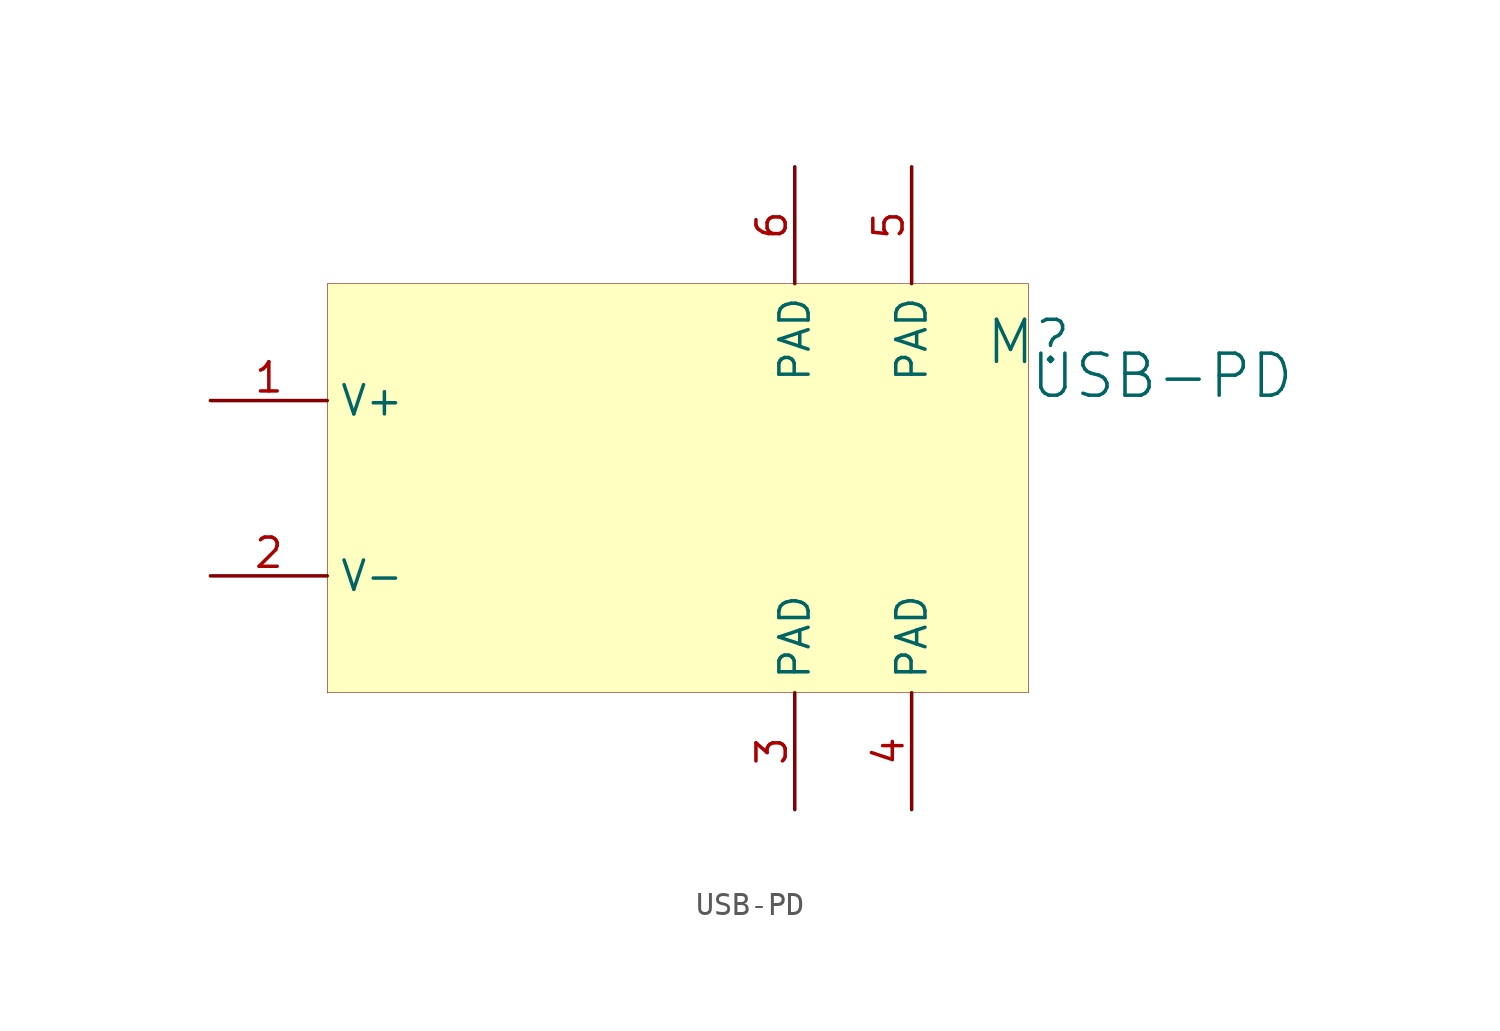
<source format=kicad_sym>
(kicad_symbol_lib
  (version 20241209)
  (generator "kicad_symbol_editor")
  (generator_version "9.0")
  (symbol "USB-PD"
    (property "Reference" "M"
      (at 35.56 -7.62 0)
      (effects (font (size 1.829 1.829))))
    (property "Value" "USB-PD"
      (at 35.56 -10.16 0)
      (effects (font (size 1.829 1.829)) (justify left bottom)))
    (symbol "USB-PD_1_0"
      (rectangle (start 35.56 -5.08) (end 5.08 -22.86) (stroke (width 0.025) (type solid) (color 128 0 0 1)) (fill (type background)))
      (pin passive line (at 0 -10.16 0) (length 5.08) (name "V+" (effects (font (size 1.27 1.27)))) (number "1" (effects (font (size 1.27 1.27)))))
      (pin passive line (at 0 -17.78 0) (length 5.08) (name "V-" (effects (font (size 1.27 1.27)))) (number "2" (effects (font (size 1.27 1.27)))))
      (pin passive line (at 25.4 0 270) (length 5.08) (name "PAD" (effects (font (size 1.27 1.27)))) (number "6" (effects (font (size 1.27 1.27)))))
      (pin passive line (at 25.4 -27.94 90) (length 5.08) (name "PAD" (effects (font (size 1.27 1.27)))) (number "3" (effects (font (size 1.27 1.27)))))
      (pin passive line (at 30.48 0 270) (length 5.08) (name "PAD" (effects (font (size 1.27 1.27)))) (number "5" (effects (font (size 1.27 1.27)))))
      (pin passive line (at 30.48 -27.94 90) (length 5.08) (name "PAD" (effects (font (size 1.27 1.27)))) (number "4" (effects (font (size 1.27 1.27))))))))
</source>
